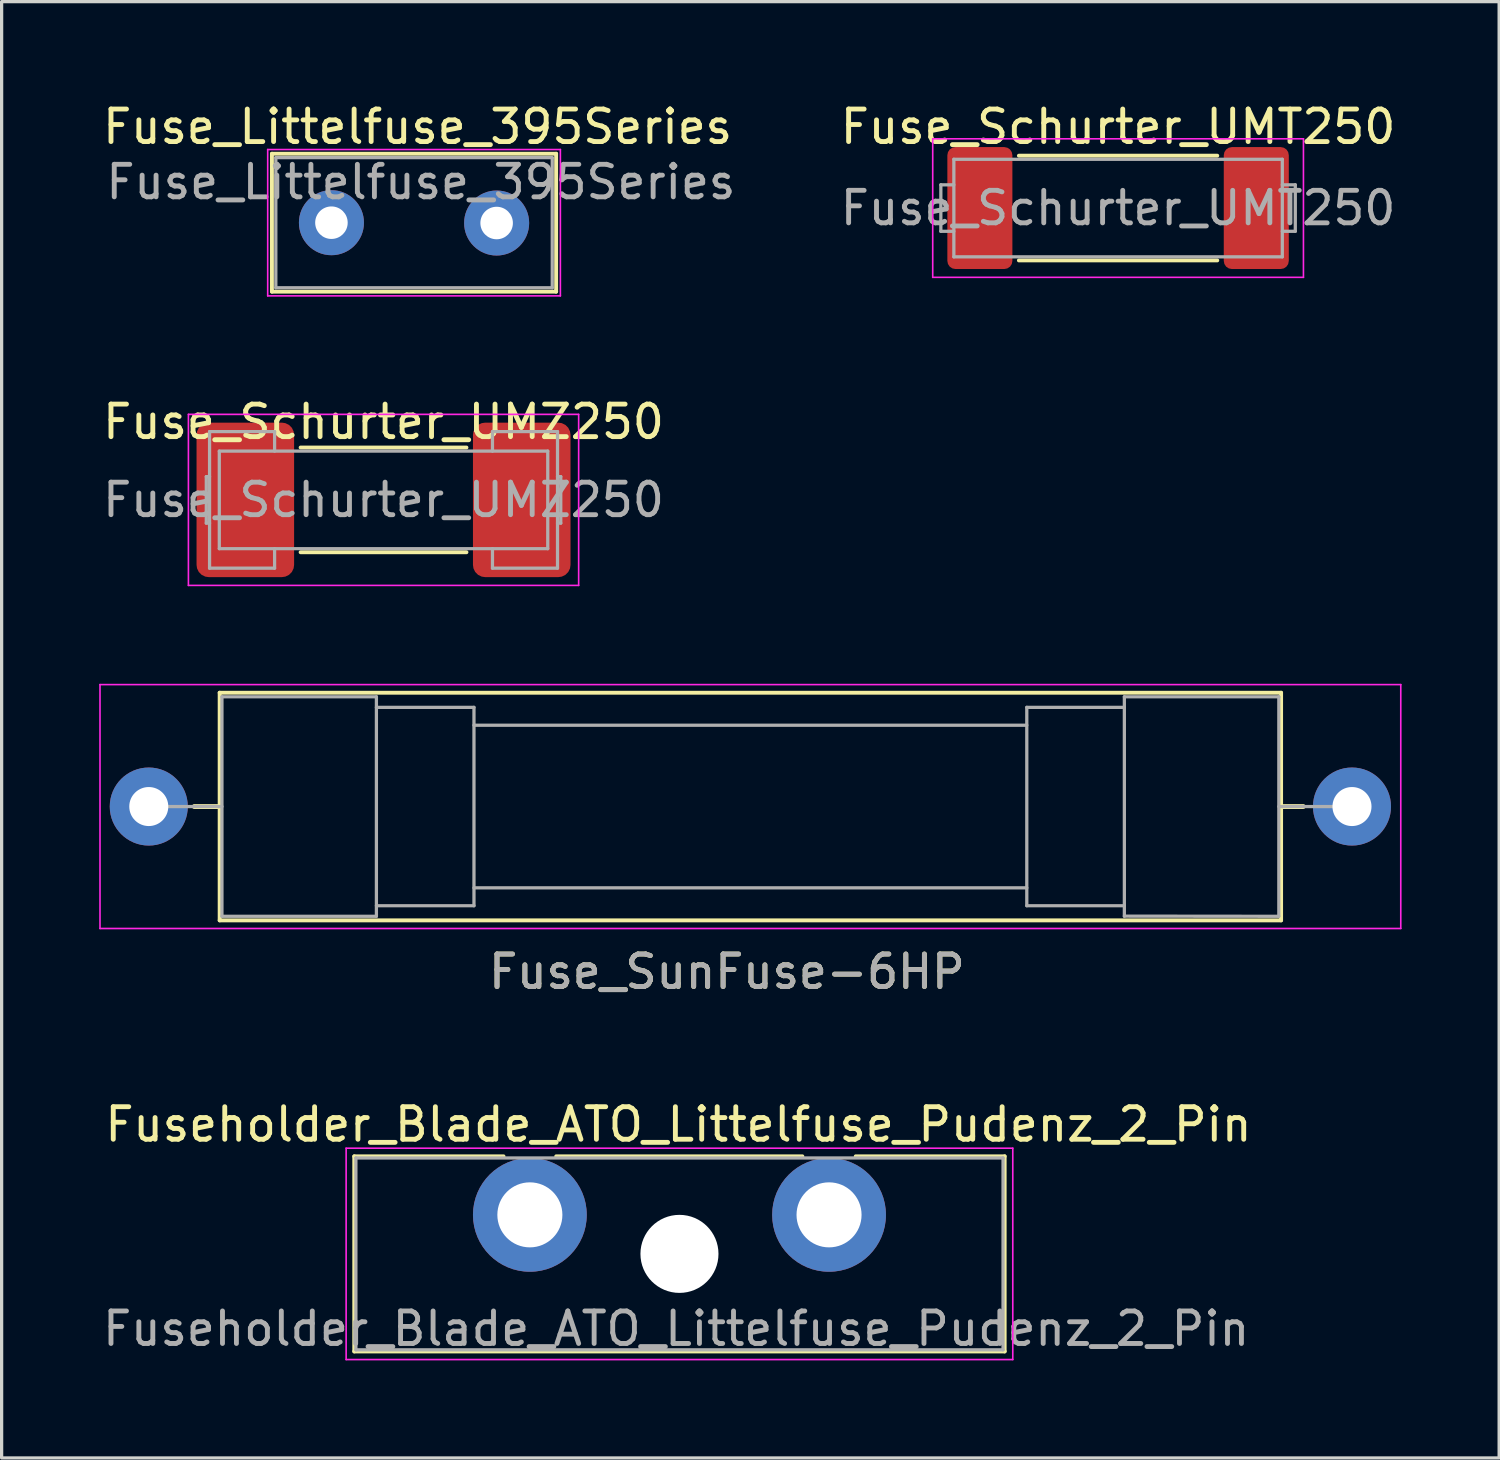
<source format=kicad_pcb>
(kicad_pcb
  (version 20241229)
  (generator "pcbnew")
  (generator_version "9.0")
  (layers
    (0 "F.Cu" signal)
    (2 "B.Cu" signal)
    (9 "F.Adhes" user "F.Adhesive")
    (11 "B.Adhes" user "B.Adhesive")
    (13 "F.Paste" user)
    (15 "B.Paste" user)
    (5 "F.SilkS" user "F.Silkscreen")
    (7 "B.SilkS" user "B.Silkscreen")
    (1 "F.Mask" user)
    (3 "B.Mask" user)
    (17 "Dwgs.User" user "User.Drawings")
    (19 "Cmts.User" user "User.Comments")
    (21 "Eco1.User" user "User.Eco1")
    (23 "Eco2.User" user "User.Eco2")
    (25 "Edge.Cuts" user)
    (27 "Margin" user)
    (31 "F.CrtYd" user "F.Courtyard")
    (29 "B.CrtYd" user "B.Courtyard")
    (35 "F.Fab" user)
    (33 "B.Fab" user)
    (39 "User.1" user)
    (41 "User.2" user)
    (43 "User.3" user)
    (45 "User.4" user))
  (footprint "Fuse_Schurter_UMT250"
    (layer "F.Cu")
    (at 31.332 3.348)
    (property "Reference" "Fuse_Schurter_UMT250" (at 0 -2.5 0) (layer "F.SilkS") (effects (font (size 1 1) (thickness 0.15))))
    (attr smd)
    (fp_line (start -3.05 -1.61) (end 3.05 -1.61) (stroke (width 0.12) (type solid)) (layer "F.SilkS"))
    (fp_line (start -3.05 1.61) (end 3.05 1.61) (stroke (width 0.12) (type solid)) (layer "F.SilkS"))
    (fp_line (start -5.7 -2.13) (end 5.7 -2.13) (stroke (width 0.05) (type solid)) (layer "F.CrtYd"))
    (fp_line (start -5.7 2.13) (end -5.7 -2.13) (stroke (width 0.05) (type solid)) (layer "F.CrtYd"))
    (fp_line (start 5.7 -2.13) (end 5.7 2.13) (stroke (width 0.05) (type solid)) (layer "F.CrtYd"))
    (fp_line (start 5.7 2.13) (end -5.7 2.13) (stroke (width 0.05) (type solid)) (layer "F.CrtYd"))
    (fp_line (start -5.45 0.715) (end -5.45 -0.715) (stroke (width 0.1) (type solid)) (layer "F.Fab"))
    (fp_line (start -5.05 -1.5) (end 5.05 -1.5) (stroke (width 0.1) (type solid)) (layer "F.Fab"))
    (fp_line (start -5.05 -0.715) (end -5.45 -0.715) (stroke (width 0.1) (type solid)) (layer "F.Fab"))
    (fp_line (start -5.05 0.715) (end -5.45 0.715) (stroke (width 0.1) (type solid)) (layer "F.Fab"))
    (fp_line (start -5.05 1.5) (end -5.05 -1.5) (stroke (width 0.1) (type solid)) (layer "F.Fab"))
    (fp_line (start 5.05 -1.5) (end 5.05 1.5) (stroke (width 0.1) (type solid)) (layer "F.Fab"))
    (fp_line (start 5.05 -0.715) (end 5.45 -0.715) (stroke (width 0.1) (type solid)) (layer "F.Fab"))
    (fp_line (start 5.05 0.715) (end 5.45 0.715) (stroke (width 0.1) (type solid)) (layer "F.Fab"))
    (fp_line (start 5.05 1.5) (end -5.05 1.5) (stroke (width 0.1) (type solid)) (layer "F.Fab"))
    (fp_line (start 5.45 -0.715) (end 5.45 0.715) (stroke (width 0.1) (type solid)) (layer "F.Fab"))
    (fp_text user "${REFERENCE}" (at 0 0 0) (layer "F.Fab") (effects (font (size 1 1) (thickness 0.15))))
    (pad "1" smd roundrect (at -4.25 0) (size 2 3.75) (layers "F.Cu" "F.Mask" "F.Paste") (roundrect_rratio 0.125))
    (pad "2" smd roundrect (at 4.25 0) (size 2 3.75) (layers "F.Cu" "F.Mask" "F.Paste") (roundrect_rratio 0.125)))
  (footprint "Fuse_SunFuse-6HP"
    (layer "F.Cu")
    (at 1.525 21.752)
    (property "Reference" "Fuse_SunFuse-6HP" (at 17.78 5.08 0) (layer "F.SilkS") (effects (font (size 1 1) (thickness 0.15))))
    (attr through_hole)
    (fp_line (start 1.4 0) (end 2.18 0) (stroke (width 0.15) (type solid)) (layer "F.SilkS"))
    (fp_line (start 2.18 -3.5) (end 2.18 3.5) (stroke (width 0.12) (type solid)) (layer "F.SilkS"))
    (fp_line (start 2.18 -3.5) (end 34.82 -3.5) (stroke (width 0.12) (type solid)) (layer "F.SilkS"))
    (fp_line (start 2.18 3.5) (end 34.82 3.5) (stroke (width 0.12) (type solid)) (layer "F.SilkS"))
    (fp_line (start 34.82 0) (end 35.5 0) (stroke (width 0.15) (type solid)) (layer "F.SilkS"))
    (fp_line (start 34.82 3.5) (end 34.82 -3.5) (stroke (width 0.12) (type solid)) (layer "F.SilkS"))
    (fp_line (start -1.5 -3.75) (end -1.5 3.75) (stroke (width 0.05) (type solid)) (layer "F.CrtYd"))
    (fp_line (start -1.5 -3.75) (end 38.5 -3.75) (stroke (width 0.05) (type solid)) (layer "F.CrtYd"))
    (fp_line (start -1.5 3.75) (end 38.5 3.75) (stroke (width 0.05) (type solid)) (layer "F.CrtYd"))
    (fp_line (start 38.5 3.75) (end 38.5 -3.75) (stroke (width 0.05) (type solid)) (layer "F.CrtYd"))
    (fp_line (start 0 0) (end 2.25 0) (stroke (width 0.1) (type solid)) (layer "F.Fab"))
    (fp_line (start 2.25 -3.375) (end 2.25 3.375) (stroke (width 0.1) (type solid)) (layer "F.Fab"))
    (fp_line (start 2.25 -3.375) (end 7 -3.375) (stroke (width 0.1) (type solid)) (layer "F.Fab"))
    (fp_line (start 2.25 3.375) (end 7 3.375) (stroke (width 0.1) (type solid)) (layer "F.Fab"))
    (fp_line (start 7 -3.375) (end 7 3.375) (stroke (width 0.1) (type solid)) (layer "F.Fab"))
    (fp_line (start 7 -3.05) (end 10 -3.05) (stroke (width 0.1) (type solid)) (layer "F.Fab"))
    (fp_line (start 7 3.05) (end 10 3.05) (stroke (width 0.1) (type solid)) (layer "F.Fab"))
    (fp_line (start 10 -2.5) (end 27 -2.5) (stroke (width 0.1) (type solid)) (layer "F.Fab"))
    (fp_line (start 10 2.5) (end 27 2.5) (stroke (width 0.1) (type solid)) (layer "F.Fab"))
    (fp_line (start 10 3.05) (end 10 -3.05) (stroke (width 0.1) (type solid)) (layer "F.Fab"))
    (fp_line (start 27 -3.05) (end 30 -3.05) (stroke (width 0.1) (type solid)) (layer "F.Fab"))
    (fp_line (start 27 3.05) (end 27 -3.05) (stroke (width 0.1) (type solid)) (layer "F.Fab"))
    (fp_line (start 27 3.05) (end 30 3.05) (stroke (width 0.1) (type solid)) (layer "F.Fab"))
    (fp_line (start 30 -3.375) (end 30 3.375) (stroke (width 0.1) (type solid)) (layer "F.Fab"))
    (fp_line (start 30 -3.375) (end 34.75 -3.375) (stroke (width 0.1) (type solid)) (layer "F.Fab"))
    (fp_line (start 30 3.37) (end 34.75 3.375) (stroke (width 0.1) (type solid)) (layer "F.Fab"))
    (fp_line (start 34.75 -3.375) (end 34.75 3.375) (stroke (width 0.1) (type solid)) (layer "F.Fab"))
    (fp_line (start 34.75 0) (end 37 0) (stroke (width 0.1) (type solid)) (layer "F.Fab"))
    (fp_text user "${REFERENCE}" (at 17.78 5.08 0) (layer "F.Fab") (effects (font (size 1 1) (thickness 0.15))))
    (pad "1" thru_hole circle (at 0 0) (size 2.4 2.4) (drill 1.2) (layers "*.Cu" "*.Mask"))
    (pad "2" thru_hole circle (at 37 0) (size 2.4 2.4) (drill 1.2) (layers "*.Cu" "*.Mask")))
  (footprint "Fuse_Littelfuse_395Series"
    (layer "F.Cu")
    (at 7.142 3.798)
    (property "Reference" "Fuse_Littelfuse_395Series" (at 2.65 -2.95 0) (layer "F.SilkS") (effects (font (size 1 1) (thickness 0.15))))
    (attr through_hole)
    (fp_line (start -1.83 -2.12) (end -1.83 2.12) (stroke (width 0.12) (type solid)) (layer "F.SilkS"))
    (fp_line (start -1.83 -2.12) (end 6.91 -2.12) (stroke (width 0.12) (type solid)) (layer "F.SilkS"))
    (fp_line (start 6.91 2.12) (end -1.83 2.12) (stroke (width 0.12) (type solid)) (layer "F.SilkS"))
    (fp_line (start 6.91 2.12) (end 6.91 -2.12) (stroke (width 0.12) (type solid)) (layer "F.SilkS"))
    (fp_line (start -1.96 -2.25) (end -1.96 2.25) (stroke (width 0.05) (type solid)) (layer "F.CrtYd"))
    (fp_line (start -1.96 -2.25) (end 7.04 -2.25) (stroke (width 0.05) (type solid)) (layer "F.CrtYd"))
    (fp_line (start 7.04 2.25) (end -1.96 2.25) (stroke (width 0.05) (type solid)) (layer "F.CrtYd"))
    (fp_line (start 7.04 2.25) (end 7.04 -2.25) (stroke (width 0.05) (type solid)) (layer "F.CrtYd"))
    (fp_line (start -1.71 -2) (end -1.71 2) (stroke (width 0.1) (type solid)) (layer "F.Fab"))
    (fp_line (start -1.71 2) (end 6.79 2) (stroke (width 0.1) (type solid)) (layer "F.Fab"))
    (fp_line (start 6.79 -2) (end -1.71 -2) (stroke (width 0.1) (type solid)) (layer "F.Fab"))
    (fp_line (start 6.79 2) (end 6.79 -2) (stroke (width 0.1) (type solid)) (layer "F.Fab"))
    (fp_text user "${REFERENCE}" (at 2.75 -1.25 0) (layer "F.Fab") (effects (font (size 1 1) (thickness 0.15))))
    (pad "1" thru_hole circle (at 0 0) (size 2 2) (drill 1) (layers "*.Cu" "*.Mask"))
    (pad "2" thru_hole circle (at 5.08 0.01) (size 2 2) (drill 1) (layers "*.Cu" "*.Mask")))
  (footprint "Fuseholder_Blade_ATO_Littelfuse_Pudenz_2_Pin"
    (layer "F.Cu")
    (at 13.244 34.308)
    (property "Reference" "Fuseholder_Blade_ATO_Littelfuse_Pudenz_2_Pin" (at 4.57 -2.78 0) (layer "F.SilkS") (effects (font (size 1 1) (thickness 0.15))))
    (attr through_hole)
    (fp_line (start -5.4 -1.8) (end -0.81 -1.8) (stroke (width 0.12) (type solid)) (layer "F.SilkS"))
    (fp_line (start -5.4 4.2) (end -5.4 -1.8) (stroke (width 0.12) (type solid)) (layer "F.SilkS"))
    (fp_line (start 0.81 -1.8) (end 8.38 -1.8) (stroke (width 0.12) (type solid)) (layer "F.SilkS"))
    (fp_line (start 10.02 -1.8) (end 14.6 -1.8) (stroke (width 0.12) (type solid)) (layer "F.SilkS"))
    (fp_line (start 14.6 -1.8) (end 14.6 4.2) (stroke (width 0.12) (type solid)) (layer "F.SilkS"))
    (fp_line (start 14.6 4.2) (end -5.4 4.2) (stroke (width 0.12) (type solid)) (layer "F.SilkS"))
    (fp_line (start -5.65 -2.05) (end -5.65 4.45) (stroke (width 0.05) (type solid)) (layer "F.CrtYd"))
    (fp_line (start -5.65 -2.05) (end 14.85 -2.05) (stroke (width 0.05) (type solid)) (layer "F.CrtYd"))
    (fp_line (start 14.85 4.45) (end -5.65 4.45) (stroke (width 0.05) (type solid)) (layer "F.CrtYd"))
    (fp_line (start 14.85 4.45) (end 14.85 -2.05) (stroke (width 0.05) (type solid)) (layer "F.CrtYd"))
    (fp_line (start -5.35 -1.75) (end 14.55 -1.75) (stroke (width 0.1) (type solid)) (layer "F.Fab"))
    (fp_line (start -5.35 4.15) (end -5.35 -1.75) (stroke (width 0.1) (type solid)) (layer "F.Fab"))
    (fp_line (start 14.55 -1.75) (end 14.55 4.15) (stroke (width 0.1) (type solid)) (layer "F.Fab"))
    (fp_line (start 14.55 4.15) (end -5.35 4.15) (stroke (width 0.1) (type solid)) (layer "F.Fab"))
    (fp_text user "${REFERENCE}" (at 4.5 3.5 0) (layer "F.Fab") (effects (font (size 1 1) (thickness 0.15))))
    (pad "" np_thru_hole circle (at 4.6 1.2) (size 2.4 2.4) (drill 2.4) (layers "*.Cu" "*.Mask"))
    (pad "1" thru_hole circle (at 0 0) (size 3.5 3.5) (drill 2) (layers "*.Cu" "*.Mask"))
    (pad "2" thru_hole circle (at 9.2 0) (size 3.5 3.5) (drill 2) (layers "*.Cu" "*.Mask")))
  (footprint "Fuse_Schurter_UMZ250"
    (layer "F.Cu")
    (at 8.744 12.322)
    (property "Reference" "Fuse_Schurter_UMZ250" (at 0 -2.4 0) (layer "F.SilkS") (effects (font (size 1 1) (thickness 0.15))))
    (attr smd)
    (fp_line (start -2.55 -1.61) (end 2.55 -1.61) (stroke (width 0.12) (type solid)) (layer "F.SilkS"))
    (fp_line (start -2.55 1.61) (end 2.55 1.61) (stroke (width 0.12) (type solid)) (layer "F.SilkS"))
    (fp_line (start -6 2.63) (end -6 -2.63) (stroke (width 0.05) (type solid)) (layer "F.CrtYd"))
    (fp_line (start -6 2.63) (end 6 2.63) (stroke (width 0.05) (type solid)) (layer "F.CrtYd"))
    (fp_line (start 6 -2.63) (end -6 -2.63) (stroke (width 0.05) (type solid)) (layer "F.CrtYd"))
    (fp_line (start 6 2.63) (end 6 -2.63) (stroke (width 0.05) (type solid)) (layer "F.CrtYd"))
    (fp_line (start -5.45 0.715) (end -5.45 -0.715) (stroke (width 0.1) (type solid)) (layer "F.Fab"))
    (fp_line (start -5.35 -2.1) (end -5.35 2.1) (stroke (width 0.1) (type solid)) (layer "F.Fab"))
    (fp_line (start -5.35 -0.715) (end -5.45 -0.715) (stroke (width 0.1) (type solid)) (layer "F.Fab"))
    (fp_line (start -5.35 0.715) (end -5.45 0.715) (stroke (width 0.1) (type solid)) (layer "F.Fab"))
    (fp_line (start -5.35 2.1) (end -3.35 2.1) (stroke (width 0.1) (type solid)) (layer "F.Fab"))
    (fp_line (start -5.05 -1.5) (end 5.05 -1.5) (stroke (width 0.1) (type solid)) (layer "F.Fab"))
    (fp_line (start -5.05 1.5) (end -5.05 -1.5) (stroke (width 0.1) (type solid)) (layer "F.Fab"))
    (fp_line (start -3.35 -2.1) (end -5.35 -2.1) (stroke (width 0.1) (type solid)) (layer "F.Fab"))
    (fp_line (start -3.35 -1.5) (end -3.35 -2.1) (stroke (width 0.1) (type solid)) (layer "F.Fab"))
    (fp_line (start -3.35 2.1) (end -3.35 1.5) (stroke (width 0.1) (type solid)) (layer "F.Fab"))
    (fp_line (start 3.35 -2.1) (end 3.35 -1.5) (stroke (width 0.1) (type solid)) (layer "F.Fab"))
    (fp_line (start 3.35 1.5) (end 3.35 2.1) (stroke (width 0.1) (type solid)) (layer "F.Fab"))
    (fp_line (start 3.35 2.1) (end 5.35 2.1) (stroke (width 0.1) (type solid)) (layer "F.Fab"))
    (fp_line (start 5.05 -1.5) (end 5.05 1.5) (stroke (width 0.1) (type solid)) (layer "F.Fab"))
    (fp_line (start 5.05 1.5) (end -5.05 1.5) (stroke (width 0.1) (type solid)) (layer "F.Fab"))
    (fp_line (start 5.35 -2.1) (end 3.35 -2.1) (stroke (width 0.1) (type solid)) (layer "F.Fab"))
    (fp_line (start 5.35 -0.715) (end 5.45 -0.715) (stroke (width 0.1) (type solid)) (layer "F.Fab"))
    (fp_line (start 5.35 0.715) (end 5.45 0.715) (stroke (width 0.1) (type solid)) (layer "F.Fab"))
    (fp_line (start 5.35 2.1) (end 5.35 -2.1) (stroke (width 0.1) (type solid)) (layer "F.Fab"))
    (fp_line (start 5.45 -0.715) (end 5.45 0.715) (stroke (width 0.1) (type solid)) (layer "F.Fab"))
    (fp_text user "${REFERENCE}" (at 0 0 0) (layer "F.Fab") (effects (font (size 1 1) (thickness 0.15))))
    (pad "1" smd roundrect (at -4.25 0) (size 3 4.75) (layers "F.Cu" "F.Mask" "F.Paste") (roundrect_rratio 0.125))
    (pad "2" smd roundrect (at 4.25 0) (size 3 4.75) (layers "F.Cu" "F.Mask" "F.Paste") (roundrect_rratio 0.125)))
  (gr_rect
    (start -3 -3)
    (end 43.05 41.783)
    (stroke (width 0.1) (type default))
    (fill no)
    (layer "Edge.Cuts")))
</source>
